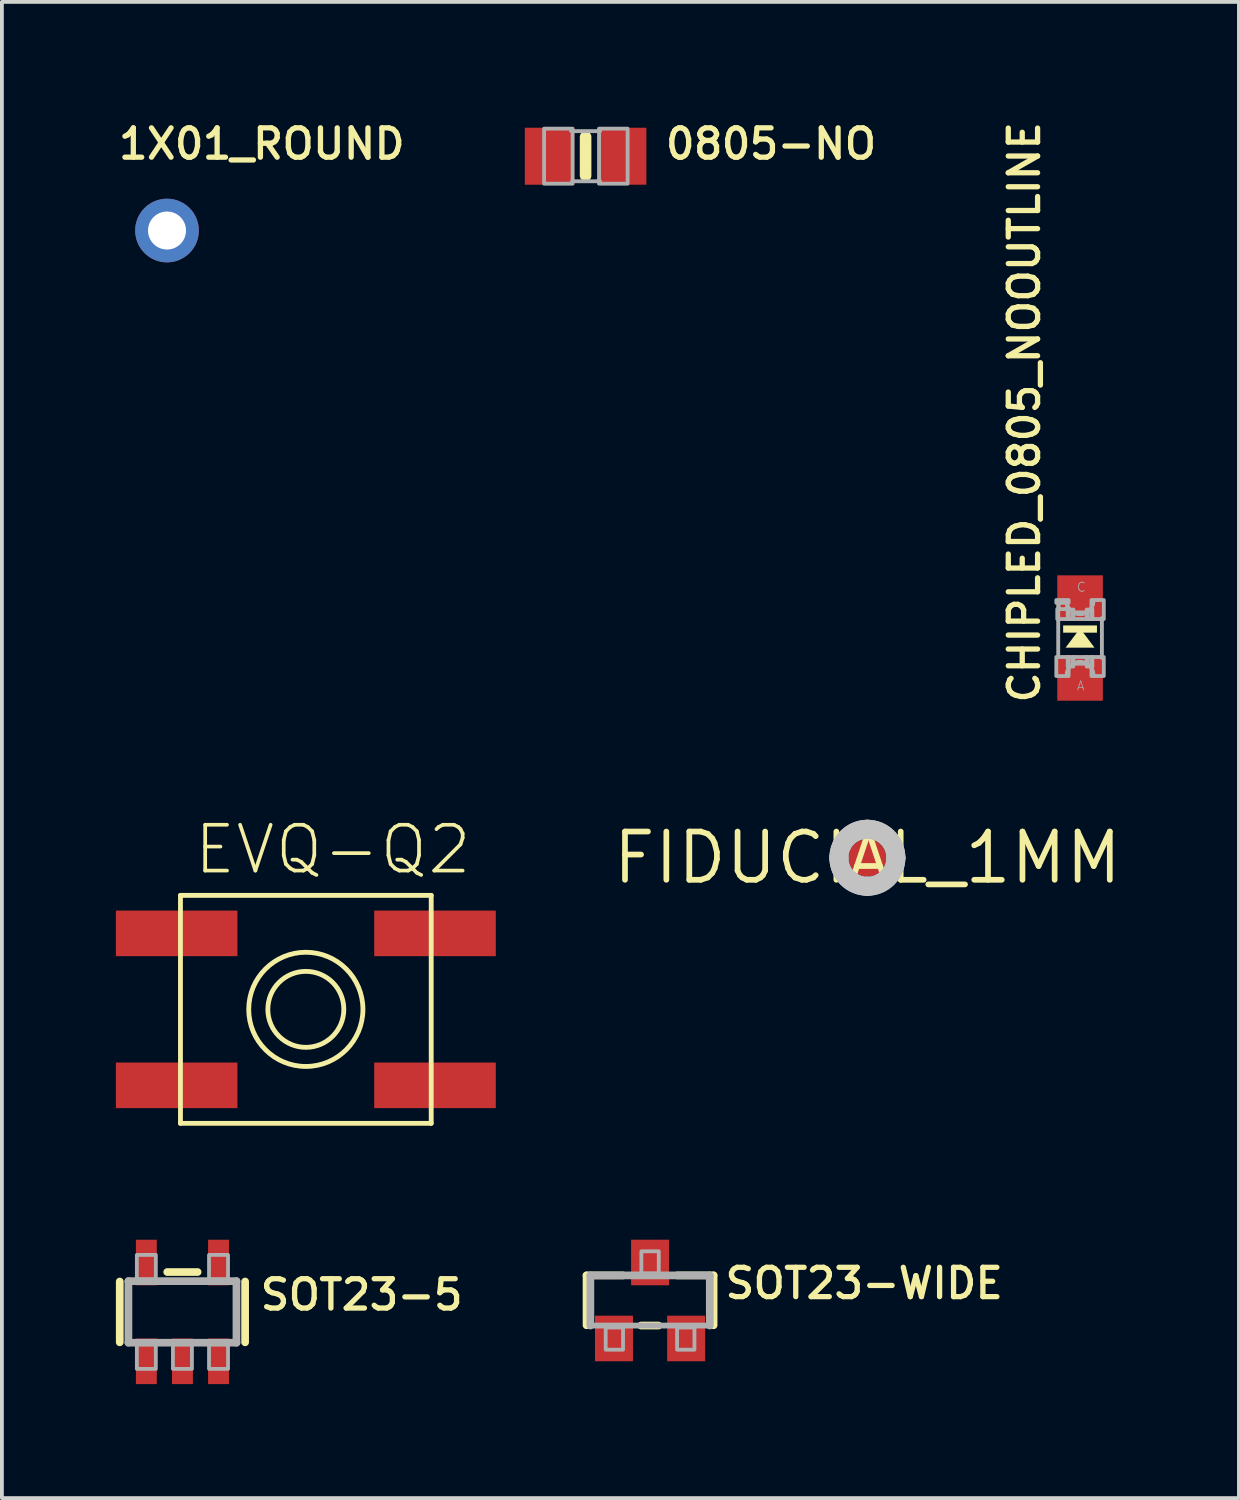
<source format=kicad_pcb>
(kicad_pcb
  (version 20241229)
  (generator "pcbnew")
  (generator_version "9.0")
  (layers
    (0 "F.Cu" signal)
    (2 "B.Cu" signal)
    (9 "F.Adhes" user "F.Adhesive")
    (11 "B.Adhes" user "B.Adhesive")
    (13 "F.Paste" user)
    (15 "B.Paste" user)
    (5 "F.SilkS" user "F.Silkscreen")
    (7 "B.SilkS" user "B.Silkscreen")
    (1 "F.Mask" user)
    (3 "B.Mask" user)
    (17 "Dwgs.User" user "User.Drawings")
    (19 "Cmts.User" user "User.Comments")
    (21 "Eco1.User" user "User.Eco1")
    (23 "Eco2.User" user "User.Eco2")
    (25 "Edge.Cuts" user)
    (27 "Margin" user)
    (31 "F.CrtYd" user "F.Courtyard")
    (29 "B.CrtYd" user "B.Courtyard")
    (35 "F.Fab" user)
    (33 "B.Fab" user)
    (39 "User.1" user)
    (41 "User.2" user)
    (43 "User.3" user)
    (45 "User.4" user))
  (footprint "0805-NO"
    (layer "F.Cu")
    (at 12.364 1.062)
    (property "Reference" "0805-NO" (at 2.032 0.127 0) (layer "F.SilkS") (effects (font (size 0.772 0.772) (thickness 0.139)) (justify left bottom)))
    (attr through_hole)
    (fp_line (start 0 -0.508) (end 0 0.508) (stroke (width 0.305) (type solid)) (layer "F.SilkS"))
    (fp_line (start -0.381 -0.66) (end 0.381 -0.66) (stroke (width 0.102) (type solid)) (layer "F.Fab"))
    (fp_line (start -0.356 0.66) (end 0.381 0.66) (stroke (width 0.102) (type solid)) (layer "F.Fab"))
    (fp_poly (pts (xy -1.092 0.724) (xy -0.342 0.724) (xy -0.342 -0.726) (xy -1.092 -0.726)) (stroke (width 0.1) (type solid)) (fill no) (layer "F.Fab"))
    (fp_poly (pts (xy 0.356 0.724) (xy 1.106 0.724) (xy 1.106 -0.726) (xy 0.356 -0.726)) (stroke (width 0.1) (type solid)) (fill no) (layer "F.Fab"))
    (pad "1" smd rect (at -0.95 0) (size 1.3 1.5) (layers "F.Cu" "F.Mask" "F.Paste"))
    (pad "2" smd rect (at 0.95 0) (size 1.3 1.5) (layers "F.Cu" "F.Mask" "F.Paste")))
  (footprint "EVQ-Q2"
    (layer "F.Cu")
    (at 5 23.518)
    (property "Reference" "EVQ-Q2" (at -3 -3.5 0) (layer "F.SilkS") (effects (font (size 1.206 1.206) (thickness 0.097)) (justify left bottom)))
    (attr through_hole)
    (fp_line (start -3.3 -3) (end 3.3 -3) (stroke (width 0.127) (type solid)) (layer "F.SilkS"))
    (fp_line (start -3.3 3) (end -3.3 -3) (stroke (width 0.127) (type solid)) (layer "F.SilkS"))
    (fp_line (start 3.3 -3) (end 3.3 3) (stroke (width 0.127) (type solid)) (layer "F.SilkS"))
    (fp_line (start 3.3 3) (end -3.3 3) (stroke (width 0.127) (type solid)) (layer "F.SilkS"))
    (fp_circle (center 0 0) (end 1 0) (stroke (width 0.127) (type solid)) (fill no) (layer "F.SilkS"))
    (fp_circle (center 0 0) (end 1.503 0) (stroke (width 0.127) (type solid)) (fill no) (layer "F.SilkS"))
    (pad "A" smd rect (at -3.4 2) (size 3.2 1.2) (layers "F.Cu" "F.Mask" "F.Paste"))
    (pad "A'" smd rect (at 3.4 2) (size 3.2 1.2) (layers "F.Cu" "F.Mask" "F.Paste"))
    (pad "B" smd rect (at -3.4 -2) (size 3.2 1.2) (layers "F.Cu" "F.Mask" "F.Paste"))
    (pad "B'" smd rect (at 3.4 -2) (size 3.2 1.2) (layers "F.Cu" "F.Mask" "F.Paste")))
  (footprint "CHIPLED_0805_NOOUTLINE"
    (layer "F.Cu")
    (at 25.379 13.744)
    (property "Reference" "CHIPLED_0805_NOOUTLINE" (at -1.016 1.778 270) (layer "F.SilkS") (effects (font (size 0.772 0.772) (thickness 0.139)) (justify left bottom)))
    (attr through_hole)
    (fp_poly (pts (xy 0 -0.254) (xy -0.381 0.254) (xy 0.381 0.254)) (stroke (width 0) (type solid)) (fill yes) (layer "F.SilkS"))
    (fp_poly (pts (xy -0.445 -0.141) (xy 0.445 -0.141) (xy 0.445 -0.331) (xy -0.445 -0.331)) (stroke (width 0) (type solid)) (fill yes) (layer "F.SilkS"))
    (fp_line (start -0.575 0.5) (end -0.575 -0.925) (stroke (width 0.102) (type solid)) (layer "F.Fab"))
    (fp_line (start 0.575 -0.525) (end 0.575 0.525) (stroke (width 0.102) (type solid)) (layer "F.Fab"))
    (fp_arc (start -0.35 0.925) (mid -0.000001 0.625027) (end 0.35 0.924998) (stroke (width 0.1016) (type solid)) (layer "F.Fab"))
    (fp_arc (start 0.35 -0.924998) (mid -0.000001 -0.625027) (end -0.35 -0.925) (stroke (width 0.1016) (type solid)) (layer "F.Fab"))
    (fp_circle (center -0.45 -0.85) (end -0.347 -0.85) (stroke (width 0.076) (type solid)) (fill no) (layer "F.Fab"))
    (fp_poly (pts (xy -0.625 -0.925) (xy -0.3 -0.925) (xy -0.3 -1) (xy -0.625 -1)) (stroke (width 0.1) (type solid)) (fill no) (layer "F.Fab"))
    (fp_poly (pts (xy -0.625 1) (xy -0.3 1) (xy -0.3 0.5) (xy -0.625 0.5)) (stroke (width 0.1) (type solid)) (fill no) (layer "F.Fab"))
    (fp_poly (pts (xy -0.6 -0.5) (xy -0.3 -0.5) (xy -0.3 -0.762) (xy -0.6 -0.762)) (stroke (width 0.1) (type solid)) (fill no) (layer "F.Fab"))
    (fp_poly (pts (xy -0.325 -0.5) (xy -0.175 -0.5) (xy -0.175 -0.75) (xy -0.325 -0.75)) (stroke (width 0.1) (type solid)) (fill no) (layer "F.Fab"))
    (fp_poly (pts (xy -0.325 0.75) (xy -0.175 0.75) (xy -0.175 0.5) (xy -0.325 0.5)) (stroke (width 0.1) (type solid)) (fill no) (layer "F.Fab"))
    (fp_poly (pts (xy -0.2 -0.5) (xy 0.2 -0.5) (xy 0.2 -0.675) (xy -0.2 -0.675)) (stroke (width 0.1) (type solid)) (fill no) (layer "F.Fab"))
    (fp_poly (pts (xy -0.2 0.675) (xy 0.2 0.675) (xy 0.2 0.5) (xy -0.2 0.5)) (stroke (width 0.1) (type solid)) (fill no) (layer "F.Fab"))
    (fp_poly (pts (xy 0.175 -0.5) (xy 0.325 -0.5) (xy 0.325 -0.75) (xy 0.175 -0.75)) (stroke (width 0.1) (type solid)) (fill no) (layer "F.Fab"))
    (fp_poly (pts (xy 0.175 0.75) (xy 0.325 0.75) (xy 0.325 0.5) (xy 0.175 0.5)) (stroke (width 0.1) (type solid)) (fill no) (layer "F.Fab"))
    (fp_poly (pts (xy 0.3 -0.5) (xy 0.625 -0.5) (xy 0.625 -1) (xy 0.3 -1)) (stroke (width 0.1) (type solid)) (fill no) (layer "F.Fab"))
    (fp_poly (pts (xy 0.3 1) (xy 0.625 1) (xy 0.625 0.5) (xy 0.3 0.5)) (stroke (width 0.1) (type solid)) (fill no) (layer "F.Fab"))
    (fp_text user "C" (at -0.1 -1.2 0) (layer "F.Fab") (effects (font (size 0.241 0.241) (thickness 0.02)) (justify left bottom)))
    (fp_text user "A" (at -0.1 1.4 0) (layer "F.Fab") (effects (font (size 0.241 0.241) (thickness 0.02)) (justify left bottom)))
    (pad "A" smd rect (at 0 1.05) (size 1.2 1.2) (layers "F.Cu" "F.Mask" "F.Paste"))
    (pad "C" smd rect (at 0 -1.05) (size 1.2 1.2) (layers "F.Cu" "F.Mask" "F.Paste")))
  (footprint "SOT23-WIDE"
    (layer "F.Cu")
    (at 14.061 31.181)
    (property "Reference" "SOT23-WIDE" (at 1.905 0 0) (layer "F.SilkS") (effects (font (size 0.772 0.772) (thickness 0.139)) (justify left bottom)))
    (attr through_hole)
    (fp_line (start -1.672 -0.66) (end -0.714 -0.66) (stroke (width 0.203) (type solid)) (layer "F.SilkS"))
    (fp_line (start -1.672 0.652) (end -1.672 -0.66) (stroke (width 0.203) (type solid)) (layer "F.SilkS"))
    (fp_line (start 0.222 0.66) (end -0.236 0.66) (stroke (width 0.203) (type solid)) (layer "F.SilkS"))
    (fp_line (start 0.714 -0.66) (end 1.672 -0.66) (stroke (width 0.203) (type solid)) (layer "F.SilkS"))
    (fp_line (start 1.672 -0.66) (end 1.672 0.652) (stroke (width 0.203) (type solid)) (layer "F.SilkS"))
    (fp_line (start -1.572 -0.66) (end 1.572 -0.66) (stroke (width 0.203) (type solid)) (layer "F.Fab"))
    (fp_line (start -1.572 0.66) (end -1.572 -0.66) (stroke (width 0.203) (type solid)) (layer "F.Fab"))
    (fp_line (start 1.572 -0.66) (end 1.572 0.66) (stroke (width 0.203) (type solid)) (layer "F.Fab"))
    (fp_line (start 1.572 0.66) (end -1.572 0.66) (stroke (width 0.152) (type solid)) (layer "F.Fab"))
    (fp_poly (pts (xy -1.168 1.295) (xy -0.711 1.295) (xy -0.711 0.711) (xy -1.168 0.711)) (stroke (width 0.1) (type solid)) (fill no) (layer "F.Fab"))
    (fp_poly (pts (xy -0.229 -0.711) (xy 0.229 -0.711) (xy 0.229 -1.295) (xy -0.229 -1.295)) (stroke (width 0.1) (type solid)) (fill no) (layer "F.Fab"))
    (fp_poly (pts (xy 0.711 1.295) (xy 1.168 1.295) (xy 1.168 0.711) (xy 0.711 0.711)) (stroke (width 0.1) (type solid)) (fill no) (layer "F.Fab"))
    (pad "1" smd rect (at -0.95 1) (size 1 1.2) (layers "F.Cu" "F.Mask" "F.Paste"))
    (pad "2" smd rect (at 0.95 1) (size 1 1.2) (layers "F.Cu" "F.Mask" "F.Paste"))
    (pad "3" smd rect (at 0 -1) (size 1 1.2) (layers "F.Cu" "F.Mask" "F.Paste")))
  (footprint "SOT23-5"
    (layer "F.Cu")
    (at 1.752 31.482)
    (property "Reference" "SOT23-5" (at 1.978 0 0) (layer "F.SilkS") (effects (font (size 0.772 0.772) (thickness 0.139)) (justify left bottom)))
    (attr through_hole)
    (fp_line (start -1.65 -0.8) (end -1.65 0.8) (stroke (width 0.203) (type solid)) (layer "F.SilkS"))
    (fp_line (start -0.4 -1.05) (end 0.4 -1.05) (stroke (width 0.203) (type solid)) (layer "F.SilkS"))
    (fp_line (start 1.65 -0.8) (end 1.65 0.8) (stroke (width 0.203) (type solid)) (layer "F.SilkS"))
    (fp_line (start -1.422 -0.81) (end 1.422 -0.81) (stroke (width 0.203) (type solid)) (layer "F.Fab"))
    (fp_line (start -1.422 0.81) (end -1.422 -0.81) (stroke (width 0.203) (type solid)) (layer "F.Fab"))
    (fp_line (start 1.422 -0.81) (end 1.422 0.81) (stroke (width 0.203) (type solid)) (layer "F.Fab"))
    (fp_line (start 1.422 0.81) (end -1.422 0.81) (stroke (width 0.203) (type solid)) (layer "F.Fab"))
    (fp_poly (pts (xy -1.2 -0.85) (xy -0.7 -0.85) (xy -0.7 -1.5) (xy -1.2 -1.5)) (stroke (width 0.1) (type solid)) (fill no) (layer "F.Fab"))
    (fp_poly (pts (xy -1.2 1.5) (xy -0.7 1.5) (xy -0.7 0.85) (xy -1.2 0.85)) (stroke (width 0.1) (type solid)) (fill no) (layer "F.Fab"))
    (fp_poly (pts (xy -0.25 1.5) (xy 0.25 1.5) (xy 0.25 0.85) (xy -0.25 0.85)) (stroke (width 0.1) (type solid)) (fill no) (layer "F.Fab"))
    (fp_poly (pts (xy 0.7 -0.85) (xy 1.2 -0.85) (xy 1.2 -1.5) (xy 0.7 -1.5)) (stroke (width 0.1) (type solid)) (fill no) (layer "F.Fab"))
    (fp_poly (pts (xy 0.7 1.5) (xy 1.2 1.5) (xy 1.2 0.85) (xy 0.7 0.85)) (stroke (width 0.1) (type solid)) (fill no) (layer "F.Fab"))
    (pad "1" smd rect (at -0.95 1.3) (size 0.55 1.2) (layers "F.Cu" "F.Mask" "F.Paste"))
    (pad "2" smd rect (at 0 1.3) (size 0.55 1.2) (layers "F.Cu" "F.Mask" "F.Paste"))
    (pad "3" smd rect (at 0.95 1.3) (size 0.55 1.2) (layers "F.Cu" "F.Mask" "F.Paste"))
    (pad "4" smd rect (at 0.95 -1.3) (size 0.55 1.2) (layers "F.Cu" "F.Mask" "F.Paste"))
    (pad "5" smd rect (at -0.95 -1.3) (size 0.55 1.2) (layers "F.Cu" "F.Mask" "F.Paste")))
  (footprint "FIDUCIAL_1MM"
    (layer "F.Cu")
    (at 19.781 19.528)
    (property "Reference" "FIDUCIAL_1MM" (at 0 0 0) (layer "F.SilkS") (effects (font (size 1.27 1.27) (thickness 0.15))))
    (attr through_hole)
    (fp_arc (start -0.75 0) (mid -0.53033 -0.53033) (end 0 -0.75) (stroke (width 0.5) (type solid)) (layer "F.Mask"))
    (fp_arc (start 0 -0.75) (mid 0.53033 -0.53033) (end 0.75 0) (stroke (width 0.5) (type solid)) (layer "F.Mask"))
    (fp_arc (start 0 0.75) (mid -0.53033 0.53033) (end -0.75 0) (stroke (width 0.5) (type solid)) (layer "F.Mask"))
    (fp_arc (start 0.75 0) (mid 0.53033 0.53033) (end 0 0.75) (stroke (width 0.5) (type solid)) (layer "F.Mask"))
    (fp_arc (start -0.75 0) (mid -0.53033 -0.53033) (end 0 -0.75) (stroke (width 0.5) (type solid)) (layer "Dwgs.User"))
    (fp_arc (start -0.75 0) (mid -0.53033 -0.53033) (end 0 -0.75) (stroke (width 0.5) (type solid)) (layer "Dwgs.User"))
    (fp_arc (start 0 -0.75) (mid 0.53033 -0.53033) (end 0.75 0) (stroke (width 0.5) (type solid)) (layer "Dwgs.User"))
    (fp_arc (start 0 -0.75) (mid 0.53033 -0.53033) (end 0.75 0) (stroke (width 0.5) (type solid)) (layer "Dwgs.User"))
    (fp_arc (start 0 0.75) (mid -0.53033 0.53033) (end -0.75 0) (stroke (width 0.5) (type solid)) (layer "Dwgs.User"))
    (fp_arc (start 0 0.75) (mid -0.53033 0.53033) (end -0.75 0) (stroke (width 0.5) (type solid)) (layer "Dwgs.User"))
    (fp_arc (start 0.75 0) (mid 0.53033 0.53033) (end 0 0.75) (stroke (width 0.5) (type solid)) (layer "Dwgs.User"))
    (fp_arc (start 0.75 0) (mid 0.53033 0.53033) (end 0 0.75) (stroke (width 0.5) (type solid)) (layer "Dwgs.User"))
    (pad "1" smd roundrect (at 0 0) (size 1 1) (layers "F.Cu" "F.Mask") (roundrect_rratio 0.5)))
  (footprint "1X01_ROUND"
    (layer "F.Cu")
    (at 1.346 3.018)
    (property "Reference" "1X01_ROUND" (at -1.346 -1.829 0) (layer "F.SilkS") (effects (font (size 0.772 0.772) (thickness 0.139)) (justify left bottom)))
    (attr through_hole)
    (fp_poly (pts (xy -0.254 0.254) (xy 0.254 0.254) (xy 0.254 -0.254) (xy -0.254 -0.254)) (stroke (width 0.1) (type solid)) (fill no) (layer "F.Fab"))
    (pad "1" thru_hole circle (at 0 0 90) (size 1.676 1.676) (drill 1) (layers "*.Cu" "*.Mask")))
  (gr_rect
    (start -3 -3)
    (end 29.561 36.382)
    (stroke (width 0.1) (type default))
    (fill no)
    (layer "Edge.Cuts")))
</source>
